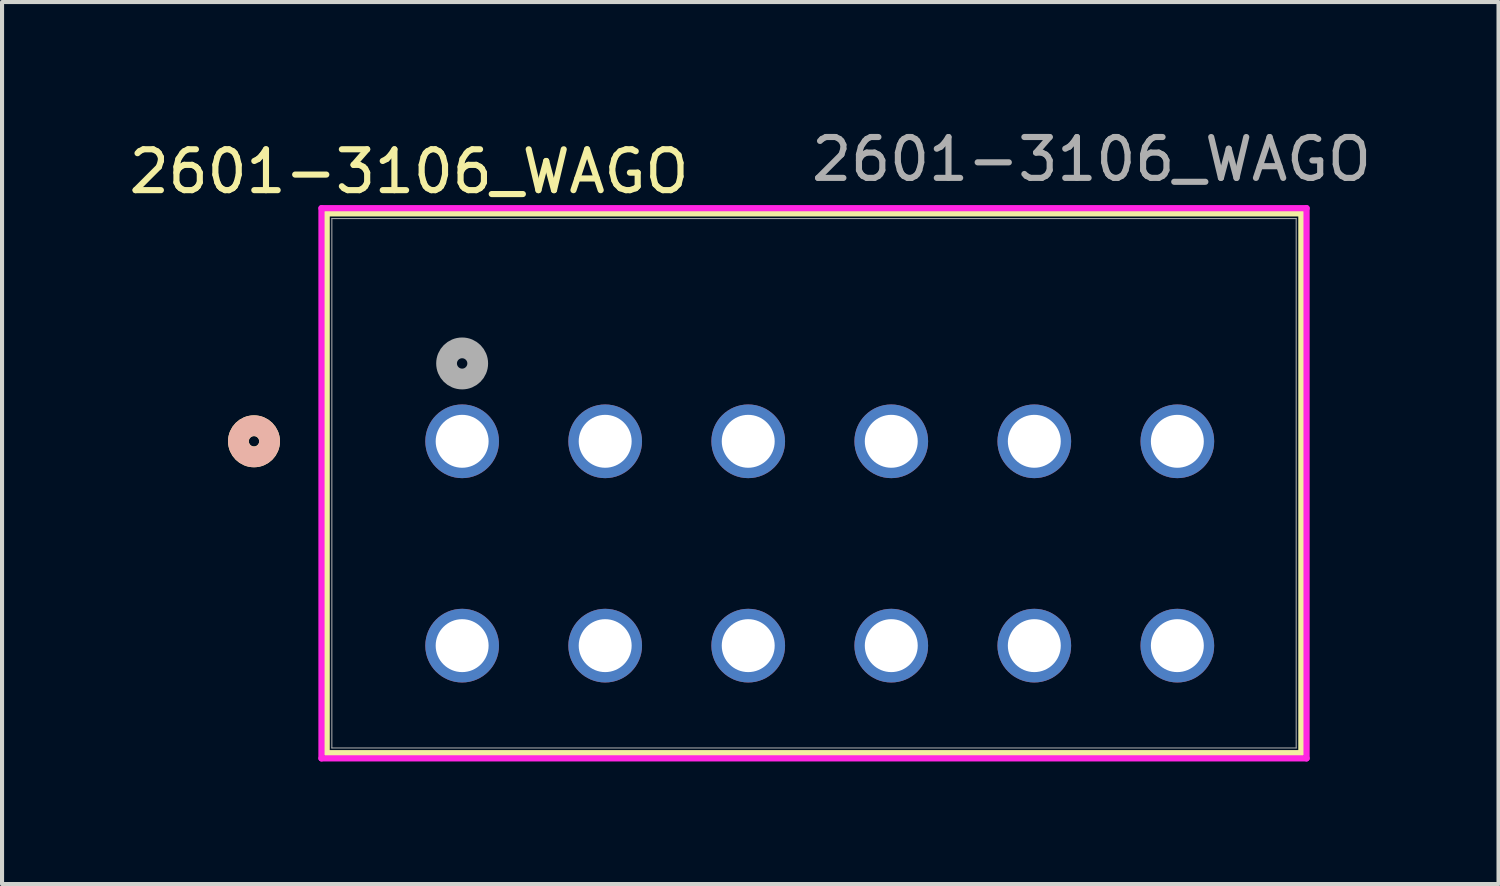
<source format=kicad_pcb>
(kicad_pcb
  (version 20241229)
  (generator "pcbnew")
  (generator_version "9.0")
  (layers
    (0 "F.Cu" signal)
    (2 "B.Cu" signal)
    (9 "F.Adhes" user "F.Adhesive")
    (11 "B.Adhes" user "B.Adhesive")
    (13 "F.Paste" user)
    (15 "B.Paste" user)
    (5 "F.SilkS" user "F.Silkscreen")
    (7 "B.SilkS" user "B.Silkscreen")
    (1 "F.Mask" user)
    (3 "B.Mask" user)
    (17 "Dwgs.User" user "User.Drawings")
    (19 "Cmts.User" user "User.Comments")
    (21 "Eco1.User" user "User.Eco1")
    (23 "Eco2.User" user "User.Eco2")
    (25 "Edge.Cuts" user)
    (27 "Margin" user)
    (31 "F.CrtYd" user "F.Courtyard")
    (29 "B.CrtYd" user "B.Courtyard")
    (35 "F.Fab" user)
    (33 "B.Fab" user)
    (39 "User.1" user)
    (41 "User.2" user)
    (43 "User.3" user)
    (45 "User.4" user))
  (footprint "2601-3106_WAGO"
    (layer "F.Cu")
    (at 8.258 7.748)
    (property "Reference" "2601-3106_WAGO" (at -1.3 -6.6 0) (unlocked yes) (layer "F.SilkS") (effects (font (size 1 1) (thickness 0.15))))
    (attr through_hole)
    (fp_line (start -3.315 -5.577) (end -3.315 7.631) (stroke (width 0.152) (type solid)) (layer "F.SilkS"))
    (fp_line (start -3.315 7.631) (end 20.535 7.631) (stroke (width 0.152) (type solid)) (layer "F.SilkS"))
    (fp_line (start 20.535 -5.577) (end -3.315 -5.577) (stroke (width 0.152) (type solid)) (layer "F.SilkS"))
    (fp_line (start 20.535 7.631) (end 20.535 -5.577) (stroke (width 0.152) (type solid)) (layer "F.SilkS"))
    (fp_circle (center -5.093 0) (end -4.712 0) (stroke (width 0.508) (type solid)) (fill no) (layer "F.SilkS"))
    (fp_circle (center -5.093 0) (end -4.712 0) (stroke (width 0.508) (type solid)) (fill no) (layer "B.SilkS"))
    (fp_line (start -3.442 -5.704) (end -3.442 7.758) (stroke (width 0.152) (type solid)) (layer "F.CrtYd"))
    (fp_line (start -3.442 7.758) (end 20.662 7.758) (stroke (width 0.152) (type solid)) (layer "F.CrtYd"))
    (fp_line (start 20.662 -5.704) (end -3.442 -5.704) (stroke (width 0.152) (type solid)) (layer "F.CrtYd"))
    (fp_line (start 20.662 7.758) (end 20.662 -5.704) (stroke (width 0.152) (type solid)) (layer "F.CrtYd"))
    (fp_line (start -3.188 -5.45) (end -3.188 7.504) (stroke (width 0.025) (type solid)) (layer "F.Fab"))
    (fp_line (start -3.188 7.504) (end 20.408 7.504) (stroke (width 0.025) (type solid)) (layer "F.Fab"))
    (fp_line (start 20.408 -5.45) (end -3.188 -5.45) (stroke (width 0.025) (type solid)) (layer "F.Fab"))
    (fp_line (start 20.408 7.504) (end 20.408 -5.45) (stroke (width 0.025) (type solid)) (layer "F.Fab"))
    (fp_circle (center 0 -1.905) (end 0.381 -1.905) (stroke (width 0.508) (type solid)) (fill no) (layer "F.Fab"))
    (fp_text user "${REFERENCE}" (at 15.4 -6.9 0) (unlocked yes) (layer "F.Fab") (effects (font (size 1 1) (thickness 0.15))))
    (pad "1_1" thru_hole circle (at 0 0) (size 1.803 1.803) (drill 1.295) (layers "*.Cu" "*.Mask"))
    (pad "1_2" thru_hole circle (at 0 5) (size 1.803 1.803) (drill 1.295) (layers "*.Cu" "*.Mask"))
    (pad "2_1" thru_hole circle (at 3.5 0) (size 1.803 1.803) (drill 1.295) (layers "*.Cu" "*.Mask"))
    (pad "2_2" thru_hole circle (at 3.5 5) (size 1.803 1.803) (drill 1.295) (layers "*.Cu" "*.Mask"))
    (pad "3_1" thru_hole circle (at 7 0) (size 1.803 1.803) (drill 1.295) (layers "*.Cu" "*.Mask"))
    (pad "3_2" thru_hole circle (at 7 5) (size 1.803 1.803) (drill 1.295) (layers "*.Cu" "*.Mask"))
    (pad "4_1" thru_hole circle (at 10.5 0) (size 1.803 1.803) (drill 1.295) (layers "*.Cu" "*.Mask"))
    (pad "4_2" thru_hole circle (at 10.5 5) (size 1.803 1.803) (drill 1.295) (layers "*.Cu" "*.Mask"))
    (pad "5_1" thru_hole circle (at 14 0) (size 1.803 1.803) (drill 1.295) (layers "*.Cu" "*.Mask"))
    (pad "5_2" thru_hole circle (at 14 5) (size 1.803 1.803) (drill 1.295) (layers "*.Cu" "*.Mask"))
    (pad "6_1" thru_hole circle (at 17.5 0) (size 1.803 1.803) (drill 1.295) (layers "*.Cu" "*.Mask"))
    (pad "6_2" thru_hole circle (at 17.5 5) (size 1.803 1.803) (drill 1.295) (layers "*.Cu" "*.Mask")))
  (gr_rect
    (start -3 -3)
    (end 33.617 18.582)
    (stroke (width 0.1) (type default))
    (fill no)
    (layer "Edge.Cuts")))
</source>
